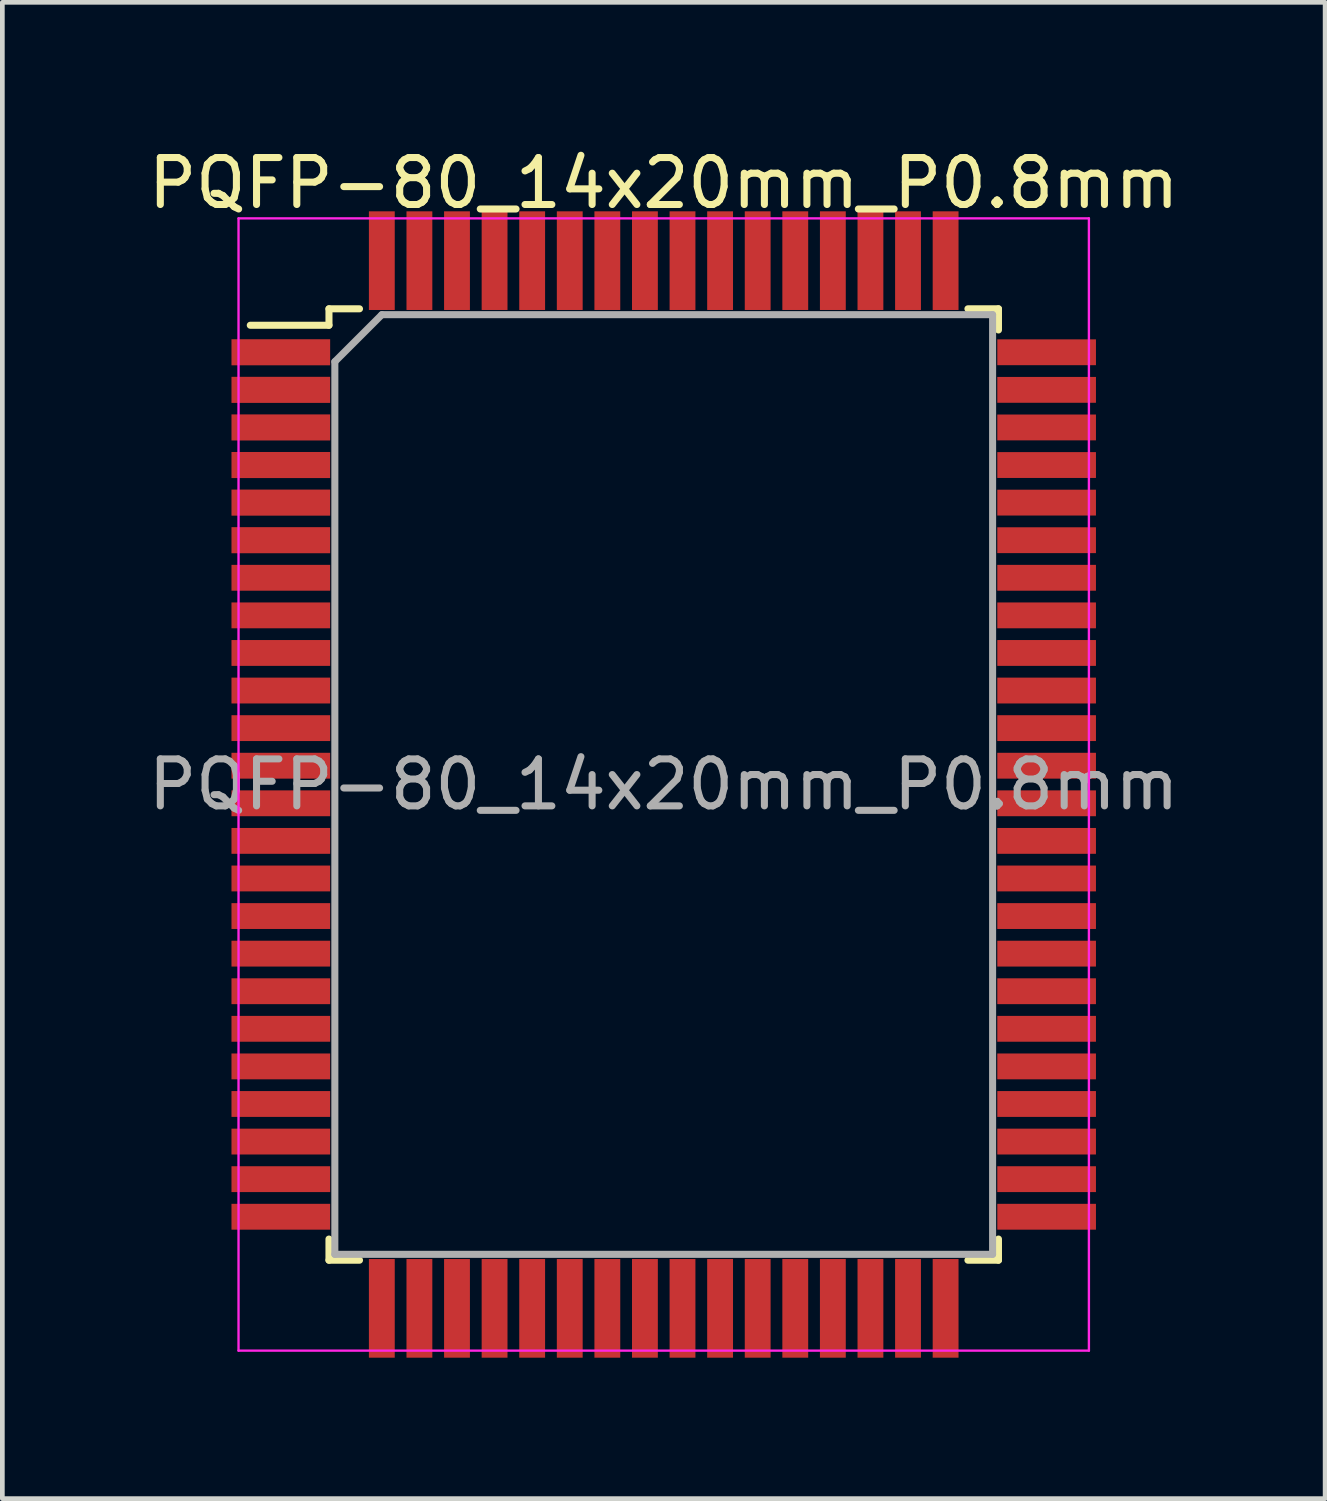
<source format=kicad_pcb>
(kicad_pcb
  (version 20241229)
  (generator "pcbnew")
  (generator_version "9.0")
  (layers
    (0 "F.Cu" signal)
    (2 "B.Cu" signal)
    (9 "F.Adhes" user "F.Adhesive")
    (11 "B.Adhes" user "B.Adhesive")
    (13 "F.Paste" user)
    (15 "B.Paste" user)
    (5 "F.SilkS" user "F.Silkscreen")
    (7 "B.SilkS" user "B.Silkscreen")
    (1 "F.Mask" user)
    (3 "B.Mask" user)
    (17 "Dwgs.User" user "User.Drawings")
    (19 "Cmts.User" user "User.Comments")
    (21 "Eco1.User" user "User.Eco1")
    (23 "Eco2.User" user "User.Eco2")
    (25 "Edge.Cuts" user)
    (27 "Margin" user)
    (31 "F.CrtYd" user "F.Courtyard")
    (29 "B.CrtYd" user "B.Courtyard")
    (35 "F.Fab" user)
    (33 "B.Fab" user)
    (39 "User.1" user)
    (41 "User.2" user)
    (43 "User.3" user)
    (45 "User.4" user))
  (footprint "PQFP-80_14x20mm_P0.8mm"
    (layer "F.Cu")
    (at 11.077 13.648)
    (property "Reference" "PQFP-80_14x20mm_P0.8mm" (at 0 -12.8 0) (layer "F.SilkS") (effects (font (size 1 1) (thickness 0.15))))
    (attr smd)
    (fp_line (start -7.125 -10.125) (end -7.125 -9.775) (stroke (width 0.15) (type solid)) (layer "F.SilkS"))
    (fp_line (start -7.125 -10.125) (end -6.475 -10.125) (stroke (width 0.15) (type solid)) (layer "F.SilkS"))
    (fp_line (start -7.125 -9.775) (end -8.8 -9.775) (stroke (width 0.15) (type solid)) (layer "F.SilkS"))
    (fp_line (start -7.125 10.125) (end -7.125 9.675) (stroke (width 0.15) (type solid)) (layer "F.SilkS"))
    (fp_line (start -7.125 10.125) (end -6.475 10.125) (stroke (width 0.15) (type solid)) (layer "F.SilkS"))
    (fp_line (start 7.125 -10.125) (end 6.475 -10.125) (stroke (width 0.15) (type solid)) (layer "F.SilkS"))
    (fp_line (start 7.125 -10.125) (end 7.125 -9.675) (stroke (width 0.15) (type solid)) (layer "F.SilkS"))
    (fp_line (start 7.125 10.125) (end 6.475 10.125) (stroke (width 0.15) (type solid)) (layer "F.SilkS"))
    (fp_line (start 7.125 10.125) (end 7.125 9.675) (stroke (width 0.15) (type solid)) (layer "F.SilkS"))
    (fp_line (start -9.05 -12.05) (end -9.05 12.05) (stroke (width 0.05) (type solid)) (layer "F.CrtYd"))
    (fp_line (start -9.05 -12.05) (end 9.05 -12.05) (stroke (width 0.05) (type solid)) (layer "F.CrtYd"))
    (fp_line (start -9.05 12.05) (end 9.05 12.05) (stroke (width 0.05) (type solid)) (layer "F.CrtYd"))
    (fp_line (start 9.05 -12.05) (end 9.05 12.05) (stroke (width 0.05) (type solid)) (layer "F.CrtYd"))
    (fp_line (start -7 -9) (end -6 -10) (stroke (width 0.15) (type solid)) (layer "F.Fab"))
    (fp_line (start -7 10) (end -7 -9) (stroke (width 0.15) (type solid)) (layer "F.Fab"))
    (fp_line (start -6 -10) (end 7 -10) (stroke (width 0.15) (type solid)) (layer "F.Fab"))
    (fp_line (start 7 -10) (end 7 10) (stroke (width 0.15) (type solid)) (layer "F.Fab"))
    (fp_line (start 7 10) (end -7 10) (stroke (width 0.15) (type solid)) (layer "F.Fab"))
    (fp_text user "${REFERENCE}" (at 0 0 0) (layer "F.Fab") (effects (font (size 1 1) (thickness 0.15))))
    (pad "1" smd rect (at -8.15 -9.2) (size 2.1 0.555) (layers "F.Cu" "F.Mask" "F.Paste"))
    (pad "2" smd rect (at -8.15 -8.4) (size 2.1 0.555) (layers "F.Cu" "F.Mask" "F.Paste"))
    (pad "3" smd rect (at -8.15 -7.6) (size 2.1 0.555) (layers "F.Cu" "F.Mask" "F.Paste"))
    (pad "4" smd rect (at -8.15 -6.8) (size 2.1 0.555) (layers "F.Cu" "F.Mask" "F.Paste"))
    (pad "5" smd rect (at -8.15 -6) (size 2.1 0.555) (layers "F.Cu" "F.Mask" "F.Paste"))
    (pad "6" smd rect (at -8.15 -5.2) (size 2.1 0.555) (layers "F.Cu" "F.Mask" "F.Paste"))
    (pad "7" smd rect (at -8.15 -4.4) (size 2.1 0.55) (layers "F.Cu" "F.Mask" "F.Paste"))
    (pad "8" smd rect (at -8.15 -3.6) (size 2.1 0.55) (layers "F.Cu" "F.Mask" "F.Paste"))
    (pad "9" smd rect (at -8.15 -2.8) (size 2.1 0.55) (layers "F.Cu" "F.Mask" "F.Paste"))
    (pad "10" smd rect (at -8.15 -2) (size 2.1 0.55) (layers "F.Cu" "F.Mask" "F.Paste"))
    (pad "11" smd rect (at -8.15 -1.2) (size 2.1 0.55) (layers "F.Cu" "F.Mask" "F.Paste"))
    (pad "12" smd rect (at -8.15 -0.4) (size 2.1 0.55) (layers "F.Cu" "F.Mask" "F.Paste"))
    (pad "13" smd rect (at -8.15 0.4) (size 2.1 0.55) (layers "F.Cu" "F.Mask" "F.Paste"))
    (pad "14" smd rect (at -8.15 1.2) (size 2.1 0.55) (layers "F.Cu" "F.Mask" "F.Paste"))
    (pad "15" smd rect (at -8.15 2) (size 2.1 0.55) (layers "F.Cu" "F.Mask" "F.Paste"))
    (pad "16" smd rect (at -8.15 2.8) (size 2.1 0.55) (layers "F.Cu" "F.Mask" "F.Paste"))
    (pad "17" smd rect (at -8.15 3.6) (size 2.1 0.55) (layers "F.Cu" "F.Mask" "F.Paste"))
    (pad "18" smd rect (at -8.15 4.4) (size 2.1 0.55) (layers "F.Cu" "F.Mask" "F.Paste"))
    (pad "19" smd rect (at -8.15 5.2) (size 2.1 0.55) (layers "F.Cu" "F.Mask" "F.Paste"))
    (pad "20" smd rect (at -8.15 6) (size 2.1 0.55) (layers "F.Cu" "F.Mask" "F.Paste"))
    (pad "21" smd rect (at -8.15 6.8) (size 2.1 0.55) (layers "F.Cu" "F.Mask" "F.Paste"))
    (pad "22" smd rect (at -8.15 7.6) (size 2.1 0.55) (layers "F.Cu" "F.Mask" "F.Paste"))
    (pad "23" smd rect (at -8.15 8.4) (size 2.1 0.55) (layers "F.Cu" "F.Mask" "F.Paste"))
    (pad "24" smd rect (at -8.15 9.2) (size 2.1 0.55) (layers "F.Cu" "F.Mask" "F.Paste"))
    (pad "25" smd rect (at -6 11.15 90) (size 2.1 0.55) (layers "F.Cu" "F.Mask" "F.Paste"))
    (pad "26" smd rect (at -5.2 11.15 90) (size 2.1 0.55) (layers "F.Cu" "F.Mask" "F.Paste"))
    (pad "27" smd rect (at -4.4 11.15 90) (size 2.1 0.55) (layers "F.Cu" "F.Mask" "F.Paste"))
    (pad "28" smd rect (at -3.6 11.15 90) (size 2.1 0.55) (layers "F.Cu" "F.Mask" "F.Paste"))
    (pad "29" smd rect (at -2.8 11.15 90) (size 2.1 0.55) (layers "F.Cu" "F.Mask" "F.Paste"))
    (pad "30" smd rect (at -2 11.15 90) (size 2.1 0.55) (layers "F.Cu" "F.Mask" "F.Paste"))
    (pad "31" smd rect (at -1.2 11.15 90) (size 2.1 0.55) (layers "F.Cu" "F.Mask" "F.Paste"))
    (pad "32" smd rect (at -0.4 11.15 90) (size 2.1 0.55) (layers "F.Cu" "F.Mask" "F.Paste"))
    (pad "33" smd rect (at 0.4 11.15 90) (size 2.1 0.55) (layers "F.Cu" "F.Mask" "F.Paste"))
    (pad "34" smd rect (at 1.2 11.15 90) (size 2.1 0.55) (layers "F.Cu" "F.Mask" "F.Paste"))
    (pad "35" smd rect (at 2 11.15 90) (size 2.1 0.55) (layers "F.Cu" "F.Mask" "F.Paste"))
    (pad "36" smd rect (at 2.8 11.15 90) (size 2.1 0.55) (layers "F.Cu" "F.Mask" "F.Paste"))
    (pad "37" smd rect (at 3.6 11.15 90) (size 2.1 0.55) (layers "F.Cu" "F.Mask" "F.Paste"))
    (pad "38" smd rect (at 4.4 11.15 90) (size 2.1 0.55) (layers "F.Cu" "F.Mask" "F.Paste"))
    (pad "39" smd rect (at 5.2 11.15 90) (size 2.1 0.55) (layers "F.Cu" "F.Mask" "F.Paste"))
    (pad "40" smd rect (at 6 11.15 90) (size 2.1 0.55) (layers "F.Cu" "F.Mask" "F.Paste"))
    (pad "41" smd rect (at 8.15 9.2) (size 2.1 0.55) (layers "F.Cu" "F.Mask" "F.Paste"))
    (pad "42" smd rect (at 8.15 8.4) (size 2.1 0.55) (layers "F.Cu" "F.Mask" "F.Paste"))
    (pad "43" smd rect (at 8.15 7.6) (size 2.1 0.55) (layers "F.Cu" "F.Mask" "F.Paste"))
    (pad "44" smd rect (at 8.15 6.8) (size 2.1 0.55) (layers "F.Cu" "F.Mask" "F.Paste"))
    (pad "45" smd rect (at 8.15 6) (size 2.1 0.55) (layers "F.Cu" "F.Mask" "F.Paste"))
    (pad "46" smd rect (at 8.15 5.2) (size 2.1 0.55) (layers "F.Cu" "F.Mask" "F.Paste"))
    (pad "47" smd rect (at 8.15 4.4) (size 2.1 0.55) (layers "F.Cu" "F.Mask" "F.Paste"))
    (pad "48" smd rect (at 8.15 3.6) (size 2.1 0.55) (layers "F.Cu" "F.Mask" "F.Paste"))
    (pad "49" smd rect (at 8.15 2.8) (size 2.1 0.55) (layers "F.Cu" "F.Mask" "F.Paste"))
    (pad "50" smd rect (at 8.15 2) (size 2.1 0.55) (layers "F.Cu" "F.Mask" "F.Paste"))
    (pad "51" smd rect (at 8.15 1.2) (size 2.1 0.55) (layers "F.Cu" "F.Mask" "F.Paste"))
    (pad "52" smd rect (at 8.15 0.4) (size 2.1 0.55) (layers "F.Cu" "F.Mask" "F.Paste"))
    (pad "53" smd rect (at 8.15 -0.4) (size 2.1 0.55) (layers "F.Cu" "F.Mask" "F.Paste"))
    (pad "54" smd rect (at 8.15 -1.2) (size 2.1 0.55) (layers "F.Cu" "F.Mask" "F.Paste"))
    (pad "55" smd rect (at 8.15 -2) (size 2.1 0.55) (layers "F.Cu" "F.Mask" "F.Paste"))
    (pad "56" smd rect (at 8.15 -2.8) (size 2.1 0.55) (layers "F.Cu" "F.Mask" "F.Paste"))
    (pad "57" smd rect (at 8.15 -3.6) (size 2.1 0.55) (layers "F.Cu" "F.Mask" "F.Paste"))
    (pad "58" smd rect (at 8.15 -4.4) (size 2.1 0.55) (layers "F.Cu" "F.Mask" "F.Paste"))
    (pad "59" smd rect (at 8.15 -5.2) (size 2.1 0.55) (layers "F.Cu" "F.Mask" "F.Paste"))
    (pad "60" smd rect (at 8.15 -6) (size 2.1 0.55) (layers "F.Cu" "F.Mask" "F.Paste"))
    (pad "61" smd rect (at 8.15 -6.8) (size 2.1 0.55) (layers "F.Cu" "F.Mask" "F.Paste"))
    (pad "62" smd rect (at 8.15 -7.6) (size 2.1 0.55) (layers "F.Cu" "F.Mask" "F.Paste"))
    (pad "63" smd rect (at 8.15 -8.4) (size 2.1 0.55) (layers "F.Cu" "F.Mask" "F.Paste"))
    (pad "64" smd rect (at 8.15 -9.2) (size 2.1 0.55) (layers "F.Cu" "F.Mask" "F.Paste"))
    (pad "65" smd rect (at 6 -11.15 90) (size 2.1 0.55) (layers "F.Cu" "F.Mask" "F.Paste"))
    (pad "66" smd rect (at 5.2 -11.15 90) (size 2.1 0.55) (layers "F.Cu" "F.Mask" "F.Paste"))
    (pad "67" smd rect (at 4.4 -11.15 90) (size 2.1 0.55) (layers "F.Cu" "F.Mask" "F.Paste"))
    (pad "68" smd rect (at 3.6 -11.15 90) (size 2.1 0.55) (layers "F.Cu" "F.Mask" "F.Paste"))
    (pad "69" smd rect (at 2.8 -11.15 90) (size 2.1 0.55) (layers "F.Cu" "F.Mask" "F.Paste"))
    (pad "70" smd rect (at 2 -11.15 90) (size 2.1 0.55) (layers "F.Cu" "F.Mask" "F.Paste"))
    (pad "71" smd rect (at 1.2 -11.15 90) (size 2.1 0.55) (layers "F.Cu" "F.Mask" "F.Paste"))
    (pad "72" smd rect (at 0.4 -11.15 90) (size 2.1 0.55) (layers "F.Cu" "F.Mask" "F.Paste"))
    (pad "73" smd rect (at -0.4 -11.15 90) (size 2.1 0.55) (layers "F.Cu" "F.Mask" "F.Paste"))
    (pad "74" smd rect (at -1.2 -11.15 90) (size 2.1 0.55) (layers "F.Cu" "F.Mask" "F.Paste"))
    (pad "75" smd rect (at -2 -11.15 90) (size 2.1 0.55) (layers "F.Cu" "F.Mask" "F.Paste"))
    (pad "76" smd rect (at -2.8 -11.15 90) (size 2.1 0.55) (layers "F.Cu" "F.Mask" "F.Paste"))
    (pad "77" smd rect (at -3.6 -11.15 90) (size 2.1 0.55) (layers "F.Cu" "F.Mask" "F.Paste"))
    (pad "78" smd rect (at -4.4 -11.15 90) (size 2.1 0.55) (layers "F.Cu" "F.Mask" "F.Paste"))
    (pad "79" smd rect (at -5.2 -11.15 90) (size 2.1 0.55) (layers "F.Cu" "F.Mask" "F.Paste"))
    (pad "80" smd rect (at -6 -11.15 90) (size 2.1 0.55) (layers "F.Cu" "F.Mask" "F.Paste")))
  (gr_rect
    (start -3 -3)
    (end 25.155 28.848)
    (stroke (width 0.1) (type default))
    (fill no)
    (layer "Edge.Cuts")))
</source>
